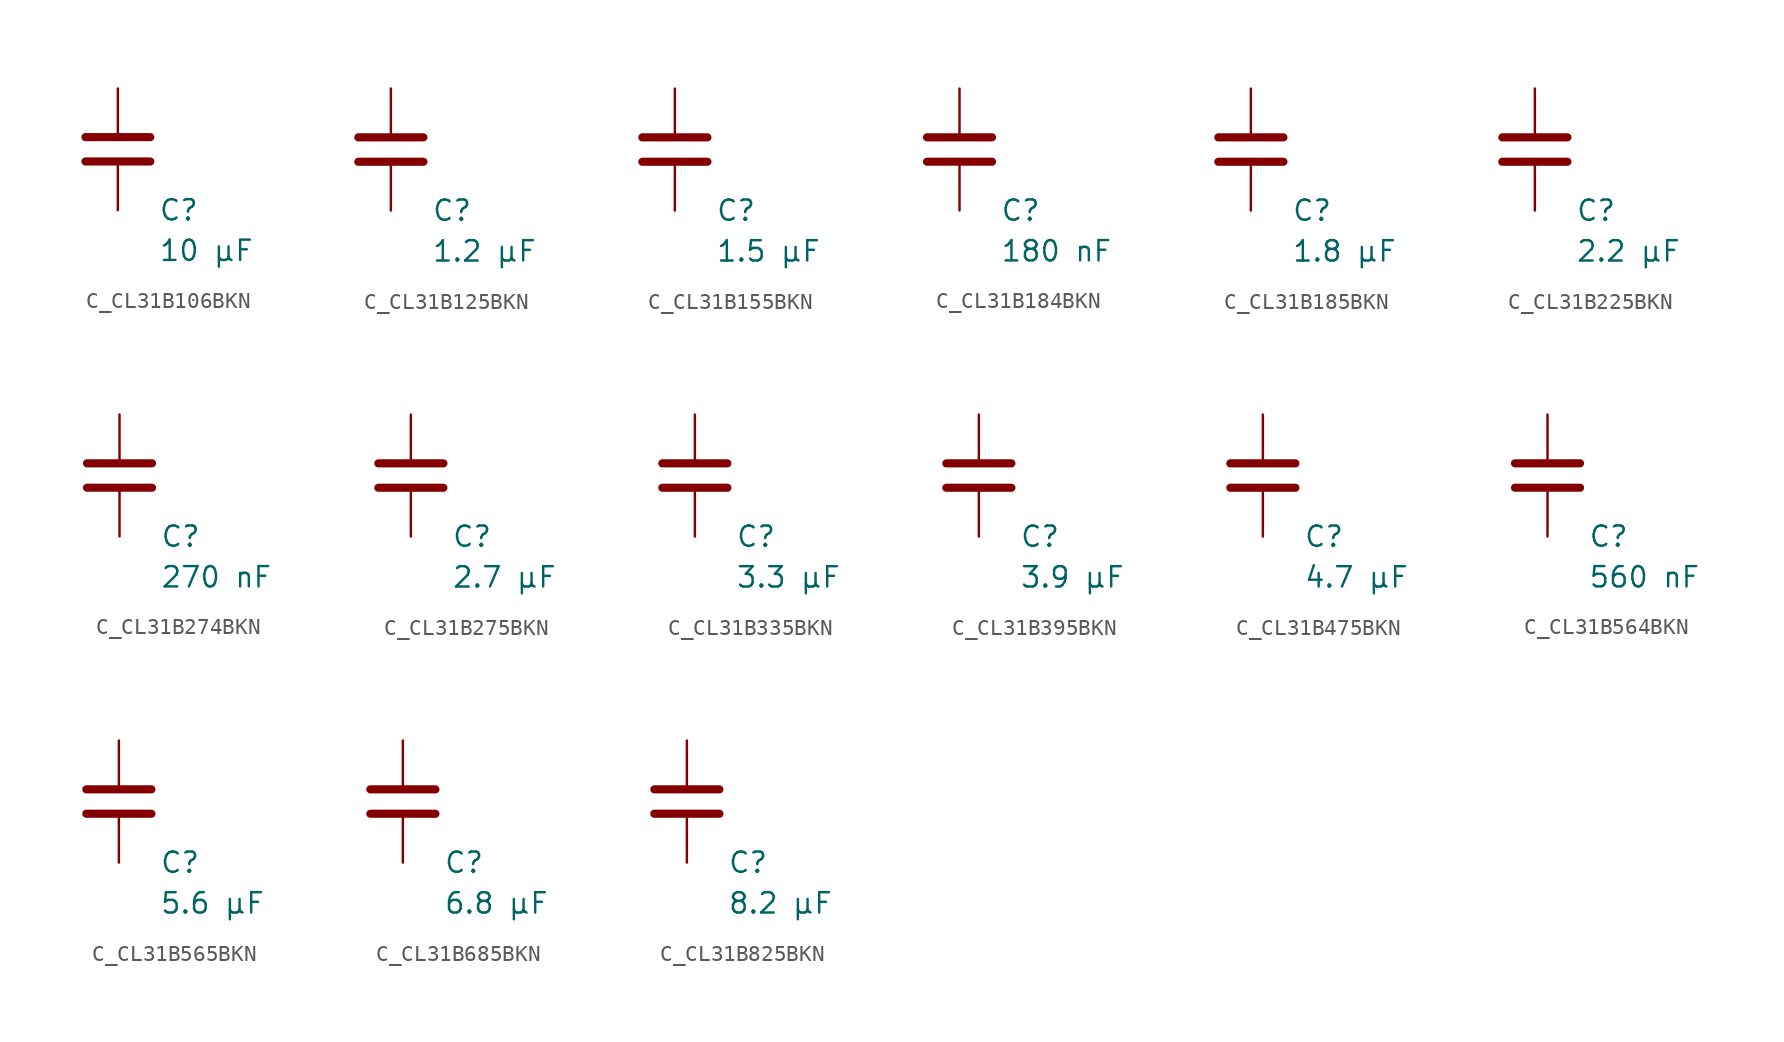
<source format=kicad_sym>
(kicad_symbol_lib
  (version 20231120)
  (generator "kicad_symbol_editor")
  (generator_version "8.0")
  (symbol "C_CL31B106BKN"
    (pin_numbers hide)
    (pin_names
      (offset 0.254))
    (property "Reference" "C"
      (at 2.54 -3.81 0)
      (effects (font (size 1.27 1.27)) (justify left))
      (show_name no))
    (property "Value" "10 µF"
      (at 2.54 -6.35 0)
      (effects (font (size 1.27 1.27)) (justify left))
      (show_name no))
    (symbol "C_CL31B106BKN_0_1"
      (polyline (pts (xy -2.032 -0.762) (xy 2.032 -0.762)) (stroke (width 0.508) (type default)) (fill (type none)))
      (polyline (pts (xy -2.032 0.762) (xy 2.032 0.762)) (stroke (width 0.508) (type default)) (fill (type none))))
    (symbol "C_CL31B106BKN_1_1"
      (pin passive line (at 0 3.81 270) (length 2.794) (name "~" (effects (font (size 1.27 1.27)))) (number "1" (effects (font (size 1.27 1.27)))))
      (pin passive line (at 0 -3.81 90) (length 2.794) (name "~" (effects (font (size 1.27 1.27)))) (number "2" (effects (font (size 1.27 1.27)))))))
  (symbol "C_CL31B125BKN"
    (pin_numbers hide)
    (pin_names
      (offset 0.254))
    (property "Reference" "C"
      (at 2.54 -3.81 0)
      (effects (font (size 1.27 1.27)) (justify left))
      (show_name no))
    (property "Value" "1.2 µF"
      (at 2.54 -6.35 0)
      (effects (font (size 1.27 1.27)) (justify left))
      (show_name no))
    (symbol "C_CL31B125BKN_0_1"
      (polyline (pts (xy -2.032 -0.762) (xy 2.032 -0.762)) (stroke (width 0.508) (type default)) (fill (type none)))
      (polyline (pts (xy -2.032 0.762) (xy 2.032 0.762)) (stroke (width 0.508) (type default)) (fill (type none))))
    (symbol "C_CL31B125BKN_1_1"
      (pin passive line (at 0 3.81 270) (length 2.794) (name "~" (effects (font (size 1.27 1.27)))) (number "1" (effects (font (size 1.27 1.27)))))
      (pin passive line (at 0 -3.81 90) (length 2.794) (name "~" (effects (font (size 1.27 1.27)))) (number "2" (effects (font (size 1.27 1.27)))))))
  (symbol "C_CL31B155BKN"
    (pin_numbers hide)
    (pin_names
      (offset 0.254))
    (property "Reference" "C"
      (at 2.54 -3.81 0)
      (effects (font (size 1.27 1.27)) (justify left))
      (show_name no))
    (property "Value" "1.5 µF"
      (at 2.54 -6.35 0)
      (effects (font (size 1.27 1.27)) (justify left))
      (show_name no))
    (symbol "C_CL31B155BKN_0_1"
      (polyline (pts (xy -2.032 -0.762) (xy 2.032 -0.762)) (stroke (width 0.508) (type default)) (fill (type none)))
      (polyline (pts (xy -2.032 0.762) (xy 2.032 0.762)) (stroke (width 0.508) (type default)) (fill (type none))))
    (symbol "C_CL31B155BKN_1_1"
      (pin passive line (at 0 3.81 270) (length 2.794) (name "~" (effects (font (size 1.27 1.27)))) (number "1" (effects (font (size 1.27 1.27)))))
      (pin passive line (at 0 -3.81 90) (length 2.794) (name "~" (effects (font (size 1.27 1.27)))) (number "2" (effects (font (size 1.27 1.27)))))))
  (symbol "C_CL31B184BKN"
    (pin_numbers hide)
    (pin_names
      (offset 0.254))
    (property "Reference" "C"
      (at 2.54 -3.81 0)
      (effects (font (size 1.27 1.27)) (justify left))
      (show_name no))
    (property "Value" "180 nF"
      (at 2.54 -6.35 0)
      (effects (font (size 1.27 1.27)) (justify left))
      (show_name no))
    (symbol "C_CL31B184BKN_0_1"
      (polyline (pts (xy -2.032 -0.762) (xy 2.032 -0.762)) (stroke (width 0.508) (type default)) (fill (type none)))
      (polyline (pts (xy -2.032 0.762) (xy 2.032 0.762)) (stroke (width 0.508) (type default)) (fill (type none))))
    (symbol "C_CL31B184BKN_1_1"
      (pin passive line (at 0 3.81 270) (length 2.794) (name "~" (effects (font (size 1.27 1.27)))) (number "1" (effects (font (size 1.27 1.27)))))
      (pin passive line (at 0 -3.81 90) (length 2.794) (name "~" (effects (font (size 1.27 1.27)))) (number "2" (effects (font (size 1.27 1.27)))))))
  (symbol "C_CL31B185BKN"
    (pin_numbers hide)
    (pin_names
      (offset 0.254))
    (property "Reference" "C"
      (at 2.54 -3.81 0)
      (effects (font (size 1.27 1.27)) (justify left))
      (show_name no))
    (property "Value" "1.8 µF"
      (at 2.54 -6.35 0)
      (effects (font (size 1.27 1.27)) (justify left))
      (show_name no))
    (symbol "C_CL31B185BKN_0_1"
      (polyline (pts (xy -2.032 -0.762) (xy 2.032 -0.762)) (stroke (width 0.508) (type default)) (fill (type none)))
      (polyline (pts (xy -2.032 0.762) (xy 2.032 0.762)) (stroke (width 0.508) (type default)) (fill (type none))))
    (symbol "C_CL31B185BKN_1_1"
      (pin passive line (at 0 3.81 270) (length 2.794) (name "~" (effects (font (size 1.27 1.27)))) (number "1" (effects (font (size 1.27 1.27)))))
      (pin passive line (at 0 -3.81 90) (length 2.794) (name "~" (effects (font (size 1.27 1.27)))) (number "2" (effects (font (size 1.27 1.27)))))))
  (symbol "C_CL31B225BKN"
    (pin_numbers hide)
    (pin_names
      (offset 0.254))
    (property "Reference" "C"
      (at 2.54 -3.81 0)
      (effects (font (size 1.27 1.27)) (justify left))
      (show_name no))
    (property "Value" "2.2 µF"
      (at 2.54 -6.35 0)
      (effects (font (size 1.27 1.27)) (justify left))
      (show_name no))
    (symbol "C_CL31B225BKN_0_1"
      (polyline (pts (xy -2.032 -0.762) (xy 2.032 -0.762)) (stroke (width 0.508) (type default)) (fill (type none)))
      (polyline (pts (xy -2.032 0.762) (xy 2.032 0.762)) (stroke (width 0.508) (type default)) (fill (type none))))
    (symbol "C_CL31B225BKN_1_1"
      (pin passive line (at 0 3.81 270) (length 2.794) (name "~" (effects (font (size 1.27 1.27)))) (number "1" (effects (font (size 1.27 1.27)))))
      (pin passive line (at 0 -3.81 90) (length 2.794) (name "~" (effects (font (size 1.27 1.27)))) (number "2" (effects (font (size 1.27 1.27)))))))
  (symbol "C_CL31B274BKN"
    (pin_numbers hide)
    (pin_names
      (offset 0.254))
    (property "Reference" "C"
      (at 2.54 -3.81 0)
      (effects (font (size 1.27 1.27)) (justify left))
      (show_name no))
    (property "Value" "270 nF"
      (at 2.54 -6.35 0)
      (effects (font (size 1.27 1.27)) (justify left))
      (show_name no))
    (symbol "C_CL31B274BKN_0_1"
      (polyline (pts (xy -2.032 -0.762) (xy 2.032 -0.762)) (stroke (width 0.508) (type default)) (fill (type none)))
      (polyline (pts (xy -2.032 0.762) (xy 2.032 0.762)) (stroke (width 0.508) (type default)) (fill (type none))))
    (symbol "C_CL31B274BKN_1_1"
      (pin passive line (at 0 3.81 270) (length 2.794) (name "~" (effects (font (size 1.27 1.27)))) (number "1" (effects (font (size 1.27 1.27)))))
      (pin passive line (at 0 -3.81 90) (length 2.794) (name "~" (effects (font (size 1.27 1.27)))) (number "2" (effects (font (size 1.27 1.27)))))))
  (symbol "C_CL31B275BKN"
    (pin_numbers hide)
    (pin_names
      (offset 0.254))
    (property "Reference" "C"
      (at 2.54 -3.81 0)
      (effects (font (size 1.27 1.27)) (justify left))
      (show_name no))
    (property "Value" "2.7 µF"
      (at 2.54 -6.35 0)
      (effects (font (size 1.27 1.27)) (justify left))
      (show_name no))
    (symbol "C_CL31B275BKN_0_1"
      (polyline (pts (xy -2.032 -0.762) (xy 2.032 -0.762)) (stroke (width 0.508) (type default)) (fill (type none)))
      (polyline (pts (xy -2.032 0.762) (xy 2.032 0.762)) (stroke (width 0.508) (type default)) (fill (type none))))
    (symbol "C_CL31B275BKN_1_1"
      (pin passive line (at 0 3.81 270) (length 2.794) (name "~" (effects (font (size 1.27 1.27)))) (number "1" (effects (font (size 1.27 1.27)))))
      (pin passive line (at 0 -3.81 90) (length 2.794) (name "~" (effects (font (size 1.27 1.27)))) (number "2" (effects (font (size 1.27 1.27)))))))
  (symbol "C_CL31B335BKN"
    (pin_numbers hide)
    (pin_names
      (offset 0.254))
    (property "Reference" "C"
      (at 2.54 -3.81 0)
      (effects (font (size 1.27 1.27)) (justify left))
      (show_name no))
    (property "Value" "3.3 µF"
      (at 2.54 -6.35 0)
      (effects (font (size 1.27 1.27)) (justify left))
      (show_name no))
    (symbol "C_CL31B335BKN_0_1"
      (polyline (pts (xy -2.032 -0.762) (xy 2.032 -0.762)) (stroke (width 0.508) (type default)) (fill (type none)))
      (polyline (pts (xy -2.032 0.762) (xy 2.032 0.762)) (stroke (width 0.508) (type default)) (fill (type none))))
    (symbol "C_CL31B335BKN_1_1"
      (pin passive line (at 0 3.81 270) (length 2.794) (name "~" (effects (font (size 1.27 1.27)))) (number "1" (effects (font (size 1.27 1.27)))))
      (pin passive line (at 0 -3.81 90) (length 2.794) (name "~" (effects (font (size 1.27 1.27)))) (number "2" (effects (font (size 1.27 1.27)))))))
  (symbol "C_CL31B395BKN"
    (pin_numbers hide)
    (pin_names
      (offset 0.254))
    (property "Reference" "C"
      (at 2.54 -3.81 0)
      (effects (font (size 1.27 1.27)) (justify left))
      (show_name no))
    (property "Value" "3.9 µF"
      (at 2.54 -6.35 0)
      (effects (font (size 1.27 1.27)) (justify left))
      (show_name no))
    (symbol "C_CL31B395BKN_0_1"
      (polyline (pts (xy -2.032 -0.762) (xy 2.032 -0.762)) (stroke (width 0.508) (type default)) (fill (type none)))
      (polyline (pts (xy -2.032 0.762) (xy 2.032 0.762)) (stroke (width 0.508) (type default)) (fill (type none))))
    (symbol "C_CL31B395BKN_1_1"
      (pin passive line (at 0 3.81 270) (length 2.794) (name "~" (effects (font (size 1.27 1.27)))) (number "1" (effects (font (size 1.27 1.27)))))
      (pin passive line (at 0 -3.81 90) (length 2.794) (name "~" (effects (font (size 1.27 1.27)))) (number "2" (effects (font (size 1.27 1.27)))))))
  (symbol "C_CL31B475BKN"
    (pin_numbers hide)
    (pin_names
      (offset 0.254))
    (property "Reference" "C"
      (at 2.54 -3.81 0)
      (effects (font (size 1.27 1.27)) (justify left))
      (show_name no))
    (property "Value" "4.7 µF"
      (at 2.54 -6.35 0)
      (effects (font (size 1.27 1.27)) (justify left))
      (show_name no))
    (symbol "C_CL31B475BKN_0_1"
      (polyline (pts (xy -2.032 -0.762) (xy 2.032 -0.762)) (stroke (width 0.508) (type default)) (fill (type none)))
      (polyline (pts (xy -2.032 0.762) (xy 2.032 0.762)) (stroke (width 0.508) (type default)) (fill (type none))))
    (symbol "C_CL31B475BKN_1_1"
      (pin passive line (at 0 3.81 270) (length 2.794) (name "~" (effects (font (size 1.27 1.27)))) (number "1" (effects (font (size 1.27 1.27)))))
      (pin passive line (at 0 -3.81 90) (length 2.794) (name "~" (effects (font (size 1.27 1.27)))) (number "2" (effects (font (size 1.27 1.27)))))))
  (symbol "C_CL31B564BKN"
    (pin_numbers hide)
    (pin_names
      (offset 0.254))
    (property "Reference" "C"
      (at 2.54 -3.81 0)
      (effects (font (size 1.27 1.27)) (justify left))
      (show_name no))
    (property "Value" "560 nF"
      (at 2.54 -6.35 0)
      (effects (font (size 1.27 1.27)) (justify left))
      (show_name no))
    (symbol "C_CL31B564BKN_0_1"
      (polyline (pts (xy -2.032 -0.762) (xy 2.032 -0.762)) (stroke (width 0.508) (type default)) (fill (type none)))
      (polyline (pts (xy -2.032 0.762) (xy 2.032 0.762)) (stroke (width 0.508) (type default)) (fill (type none))))
    (symbol "C_CL31B564BKN_1_1"
      (pin passive line (at 0 3.81 270) (length 2.794) (name "~" (effects (font (size 1.27 1.27)))) (number "1" (effects (font (size 1.27 1.27)))))
      (pin passive line (at 0 -3.81 90) (length 2.794) (name "~" (effects (font (size 1.27 1.27)))) (number "2" (effects (font (size 1.27 1.27)))))))
  (symbol "C_CL31B565BKN"
    (pin_numbers hide)
    (pin_names
      (offset 0.254))
    (property "Reference" "C"
      (at 2.54 -3.81 0)
      (effects (font (size 1.27 1.27)) (justify left))
      (show_name no))
    (property "Value" "5.6 µF"
      (at 2.54 -6.35 0)
      (effects (font (size 1.27 1.27)) (justify left))
      (show_name no))
    (symbol "C_CL31B565BKN_0_1"
      (polyline (pts (xy -2.032 -0.762) (xy 2.032 -0.762)) (stroke (width 0.508) (type default)) (fill (type none)))
      (polyline (pts (xy -2.032 0.762) (xy 2.032 0.762)) (stroke (width 0.508) (type default)) (fill (type none))))
    (symbol "C_CL31B565BKN_1_1"
      (pin passive line (at 0 3.81 270) (length 2.794) (name "~" (effects (font (size 1.27 1.27)))) (number "1" (effects (font (size 1.27 1.27)))))
      (pin passive line (at 0 -3.81 90) (length 2.794) (name "~" (effects (font (size 1.27 1.27)))) (number "2" (effects (font (size 1.27 1.27)))))))
  (symbol "C_CL31B685BKN"
    (pin_numbers hide)
    (pin_names
      (offset 0.254))
    (property "Reference" "C"
      (at 2.54 -3.81 0)
      (effects (font (size 1.27 1.27)) (justify left))
      (show_name no))
    (property "Value" "6.8 µF"
      (at 2.54 -6.35 0)
      (effects (font (size 1.27 1.27)) (justify left))
      (show_name no))
    (symbol "C_CL31B685BKN_0_1"
      (polyline (pts (xy -2.032 -0.762) (xy 2.032 -0.762)) (stroke (width 0.508) (type default)) (fill (type none)))
      (polyline (pts (xy -2.032 0.762) (xy 2.032 0.762)) (stroke (width 0.508) (type default)) (fill (type none))))
    (symbol "C_CL31B685BKN_1_1"
      (pin passive line (at 0 3.81 270) (length 2.794) (name "~" (effects (font (size 1.27 1.27)))) (number "1" (effects (font (size 1.27 1.27)))))
      (pin passive line (at 0 -3.81 90) (length 2.794) (name "~" (effects (font (size 1.27 1.27)))) (number "2" (effects (font (size 1.27 1.27)))))))
  (symbol "C_CL31B825BKN"
    (pin_numbers hide)
    (pin_names
      (offset 0.254))
    (property "Reference" "C"
      (at 2.54 -3.81 0)
      (effects (font (size 1.27 1.27)) (justify left))
      (show_name no))
    (property "Value" "8.2 µF"
      (at 2.54 -6.35 0)
      (effects (font (size 1.27 1.27)) (justify left))
      (show_name no))
    (symbol "C_CL31B825BKN_0_1"
      (polyline (pts (xy -2.032 -0.762) (xy 2.032 -0.762)) (stroke (width 0.508) (type default)) (fill (type none)))
      (polyline (pts (xy -2.032 0.762) (xy 2.032 0.762)) (stroke (width 0.508) (type default)) (fill (type none))))
    (symbol "C_CL31B825BKN_1_1"
      (pin passive line (at 0 3.81 270) (length 2.794) (name "~" (effects (font (size 1.27 1.27)))) (number "1" (effects (font (size 1.27 1.27)))))
      (pin passive line (at 0 -3.81 90) (length 2.794) (name "~" (effects (font (size 1.27 1.27)))) (number "2" (effects (font (size 1.27 1.27))))))))
</source>
